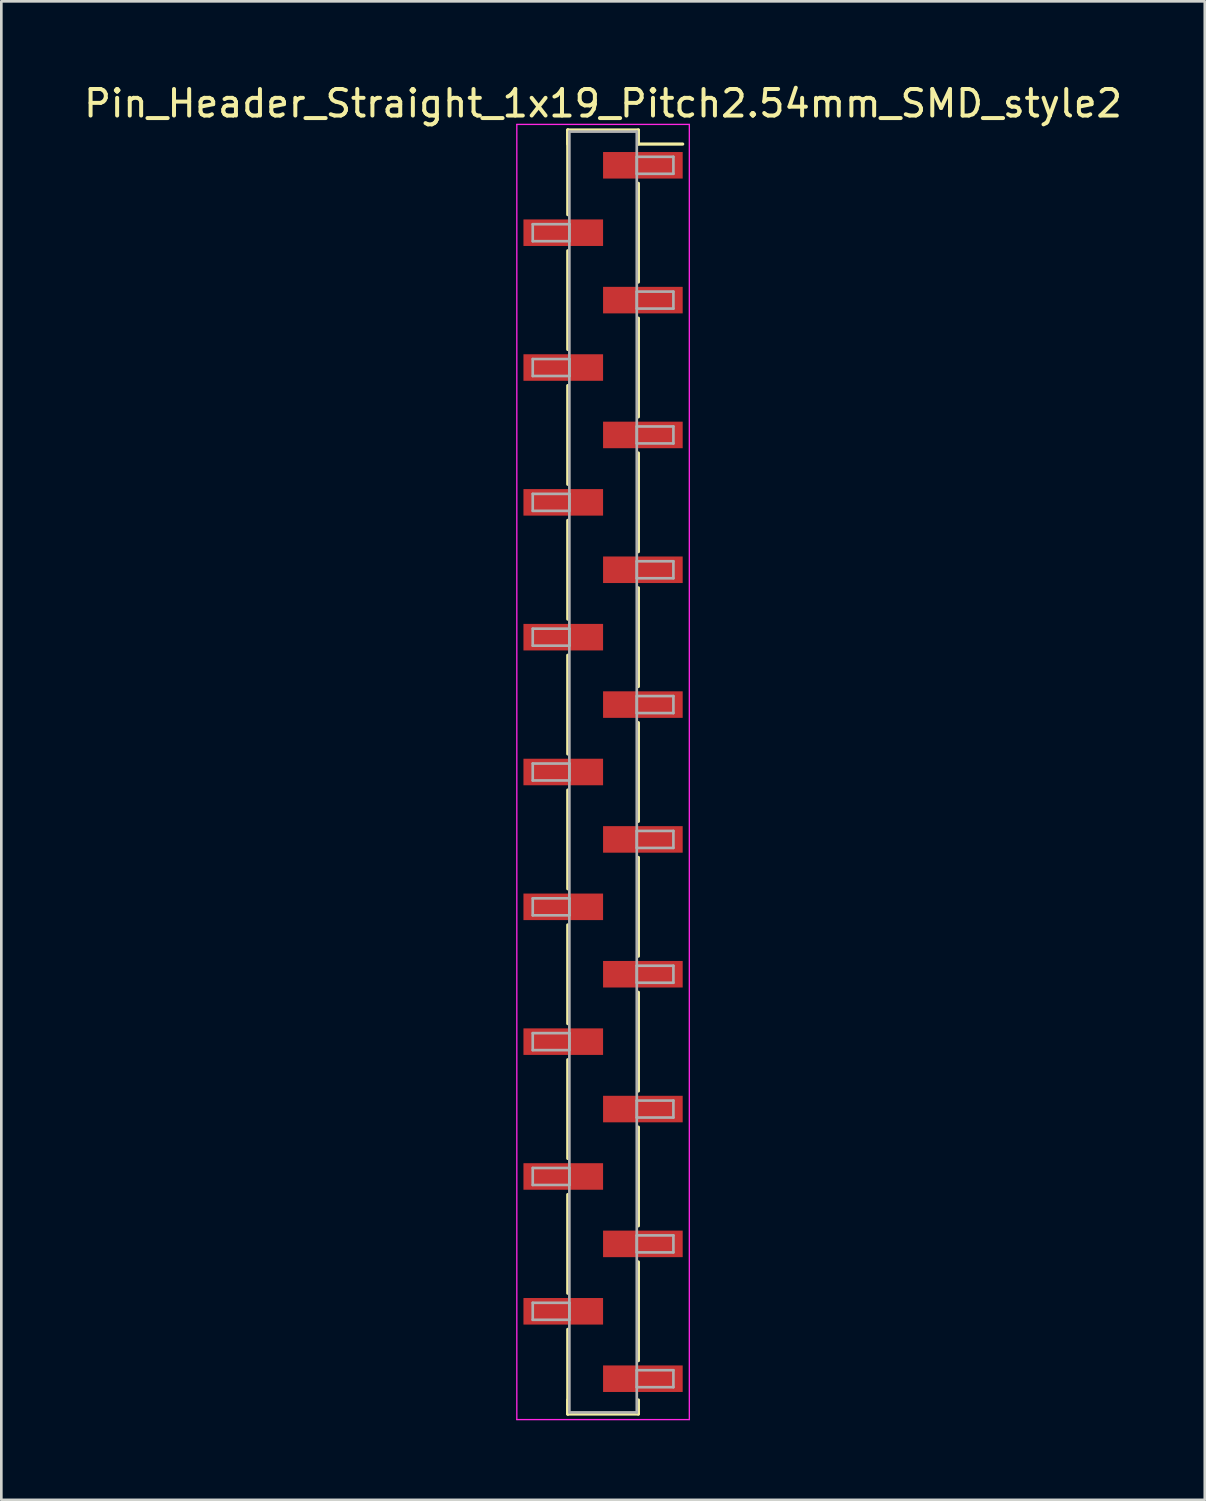
<source format=kicad_pcb>
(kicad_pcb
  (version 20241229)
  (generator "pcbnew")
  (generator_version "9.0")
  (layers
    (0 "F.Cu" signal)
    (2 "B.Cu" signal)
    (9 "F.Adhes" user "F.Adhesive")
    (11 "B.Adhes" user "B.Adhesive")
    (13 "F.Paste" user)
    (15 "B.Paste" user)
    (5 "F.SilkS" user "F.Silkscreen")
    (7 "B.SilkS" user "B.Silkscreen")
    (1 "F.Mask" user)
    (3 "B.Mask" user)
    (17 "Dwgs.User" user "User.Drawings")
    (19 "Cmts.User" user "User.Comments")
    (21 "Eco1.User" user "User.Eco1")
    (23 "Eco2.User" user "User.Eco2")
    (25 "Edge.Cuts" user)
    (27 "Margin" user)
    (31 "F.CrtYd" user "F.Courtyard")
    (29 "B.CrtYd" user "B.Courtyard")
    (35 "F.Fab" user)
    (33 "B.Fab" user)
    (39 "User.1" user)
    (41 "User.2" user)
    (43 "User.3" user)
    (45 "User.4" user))
  (footprint "Pin_Header_Straight_1x19_Pitch2.54mm_SMD_style2"
    (layer "F.Cu")
    (at 19.673 26.038)
    (property "Reference" "Pin_Header_Straight_1x19_Pitch2.54mm_SMD_style2" (at 0 -25.19 0) (layer "F.SilkS") (effects (font (size 1 1) (thickness 0.15))))
    (attr smd)
    (fp_line (start -1.33 -24.19) (end -1.33 -21) (stroke (width 0.12) (type solid)) (layer "F.SilkS"))
    (fp_line (start -1.33 -24.19) (end 1.33 -24.19) (stroke (width 0.12) (type solid)) (layer "F.SilkS"))
    (fp_line (start -1.33 -23.66) (end -1.33 -24.19) (stroke (width 0.12) (type solid)) (layer "F.SilkS"))
    (fp_line (start -1.33 -19.64) (end -1.33 -15.92) (stroke (width 0.12) (type solid)) (layer "F.SilkS"))
    (fp_line (start -1.33 -14.56) (end -1.33 -10.84) (stroke (width 0.12) (type solid)) (layer "F.SilkS"))
    (fp_line (start -1.33 -9.48) (end -1.33 -5.76) (stroke (width 0.12) (type solid)) (layer "F.SilkS"))
    (fp_line (start -1.33 -4.4) (end -1.33 -0.68) (stroke (width 0.12) (type solid)) (layer "F.SilkS"))
    (fp_line (start -1.33 0.68) (end -1.33 4.4) (stroke (width 0.12) (type solid)) (layer "F.SilkS"))
    (fp_line (start -1.33 5.76) (end -1.33 9.48) (stroke (width 0.12) (type solid)) (layer "F.SilkS"))
    (fp_line (start -1.33 10.84) (end -1.33 14.56) (stroke (width 0.12) (type solid)) (layer "F.SilkS"))
    (fp_line (start -1.33 15.92) (end -1.33 19.64) (stroke (width 0.12) (type solid)) (layer "F.SilkS"))
    (fp_line (start -1.33 21) (end -1.33 24.19) (stroke (width 0.12) (type solid)) (layer "F.SilkS"))
    (fp_line (start -1.33 23.66) (end -1.33 24.19) (stroke (width 0.12) (type solid)) (layer "F.SilkS"))
    (fp_line (start -1.33 24.19) (end 1.33 24.19) (stroke (width 0.12) (type solid)) (layer "F.SilkS"))
    (fp_line (start 1.33 -24.19) (end 1.33 -23.66) (stroke (width 0.12) (type solid)) (layer "F.SilkS"))
    (fp_line (start 1.33 -23.66) (end 3 -23.66) (stroke (width 0.12) (type solid)) (layer "F.SilkS"))
    (fp_line (start 1.33 -22.18) (end 1.33 -18.46) (stroke (width 0.12) (type solid)) (layer "F.SilkS"))
    (fp_line (start 1.33 -17.1) (end 1.33 -13.38) (stroke (width 0.12) (type solid)) (layer "F.SilkS"))
    (fp_line (start 1.33 -12.02) (end 1.33 -8.3) (stroke (width 0.12) (type solid)) (layer "F.SilkS"))
    (fp_line (start 1.33 -6.94) (end 1.33 -3.22) (stroke (width 0.12) (type solid)) (layer "F.SilkS"))
    (fp_line (start 1.33 -1.86) (end 1.33 1.86) (stroke (width 0.12) (type solid)) (layer "F.SilkS"))
    (fp_line (start 1.33 3.22) (end 1.33 6.94) (stroke (width 0.12) (type solid)) (layer "F.SilkS"))
    (fp_line (start 1.33 8.3) (end 1.33 12.02) (stroke (width 0.12) (type solid)) (layer "F.SilkS"))
    (fp_line (start 1.33 13.38) (end 1.33 17.1) (stroke (width 0.12) (type solid)) (layer "F.SilkS"))
    (fp_line (start 1.33 18.46) (end 1.33 22.18) (stroke (width 0.12) (type solid)) (layer "F.SilkS"))
    (fp_line (start 1.33 24.19) (end 1.33 23.66) (stroke (width 0.12) (type solid)) (layer "F.SilkS"))
    (fp_line (start -3.25 -24.4) (end -3.25 24.4) (stroke (width 0.05) (type solid)) (layer "F.CrtYd"))
    (fp_line (start -3.25 24.4) (end 3.25 24.4) (stroke (width 0.05) (type solid)) (layer "F.CrtYd"))
    (fp_line (start 3.25 -24.4) (end -3.25 -24.4) (stroke (width 0.05) (type solid)) (layer "F.CrtYd"))
    (fp_line (start 3.25 24.4) (end 3.25 -24.4) (stroke (width 0.05) (type solid)) (layer "F.CrtYd"))
    (fp_line (start -2.65 -20.64) (end -1.27 -20.64) (stroke (width 0.1) (type solid)) (layer "F.Fab"))
    (fp_line (start -2.65 -20) (end -2.65 -20.64) (stroke (width 0.1) (type solid)) (layer "F.Fab"))
    (fp_line (start -2.65 -15.56) (end -1.27 -15.56) (stroke (width 0.1) (type solid)) (layer "F.Fab"))
    (fp_line (start -2.65 -14.92) (end -2.65 -15.56) (stroke (width 0.1) (type solid)) (layer "F.Fab"))
    (fp_line (start -2.65 -10.48) (end -1.27 -10.48) (stroke (width 0.1) (type solid)) (layer "F.Fab"))
    (fp_line (start -2.65 -9.84) (end -2.65 -10.48) (stroke (width 0.1) (type solid)) (layer "F.Fab"))
    (fp_line (start -2.65 -5.4) (end -1.27 -5.4) (stroke (width 0.1) (type solid)) (layer "F.Fab"))
    (fp_line (start -2.65 -4.76) (end -2.65 -5.4) (stroke (width 0.1) (type solid)) (layer "F.Fab"))
    (fp_line (start -2.65 -0.32) (end -1.27 -0.32) (stroke (width 0.1) (type solid)) (layer "F.Fab"))
    (fp_line (start -2.65 0.32) (end -2.65 -0.32) (stroke (width 0.1) (type solid)) (layer "F.Fab"))
    (fp_line (start -2.65 4.76) (end -1.27 4.76) (stroke (width 0.1) (type solid)) (layer "F.Fab"))
    (fp_line (start -2.65 5.4) (end -2.65 4.76) (stroke (width 0.1) (type solid)) (layer "F.Fab"))
    (fp_line (start -2.65 9.84) (end -1.27 9.84) (stroke (width 0.1) (type solid)) (layer "F.Fab"))
    (fp_line (start -2.65 10.48) (end -2.65 9.84) (stroke (width 0.1) (type solid)) (layer "F.Fab"))
    (fp_line (start -2.65 14.92) (end -1.27 14.92) (stroke (width 0.1) (type solid)) (layer "F.Fab"))
    (fp_line (start -2.65 15.56) (end -2.65 14.92) (stroke (width 0.1) (type solid)) (layer "F.Fab"))
    (fp_line (start -2.65 20) (end -1.27 20) (stroke (width 0.1) (type solid)) (layer "F.Fab"))
    (fp_line (start -2.65 20.64) (end -2.65 20) (stroke (width 0.1) (type solid)) (layer "F.Fab"))
    (fp_line (start -1.27 -24.13) (end -1.27 24.13) (stroke (width 0.1) (type solid)) (layer "F.Fab"))
    (fp_line (start -1.27 -20.64) (end -1.27 -20) (stroke (width 0.1) (type solid)) (layer "F.Fab"))
    (fp_line (start -1.27 -20) (end -2.65 -20) (stroke (width 0.1) (type solid)) (layer "F.Fab"))
    (fp_line (start -1.27 -15.56) (end -1.27 -14.92) (stroke (width 0.1) (type solid)) (layer "F.Fab"))
    (fp_line (start -1.27 -14.92) (end -2.65 -14.92) (stroke (width 0.1) (type solid)) (layer "F.Fab"))
    (fp_line (start -1.27 -10.48) (end -1.27 -9.84) (stroke (width 0.1) (type solid)) (layer "F.Fab"))
    (fp_line (start -1.27 -9.84) (end -2.65 -9.84) (stroke (width 0.1) (type solid)) (layer "F.Fab"))
    (fp_line (start -1.27 -5.4) (end -1.27 -4.76) (stroke (width 0.1) (type solid)) (layer "F.Fab"))
    (fp_line (start -1.27 -4.76) (end -2.65 -4.76) (stroke (width 0.1) (type solid)) (layer "F.Fab"))
    (fp_line (start -1.27 -0.32) (end -1.27 0.32) (stroke (width 0.1) (type solid)) (layer "F.Fab"))
    (fp_line (start -1.27 0.32) (end -2.65 0.32) (stroke (width 0.1) (type solid)) (layer "F.Fab"))
    (fp_line (start -1.27 4.76) (end -1.27 5.4) (stroke (width 0.1) (type solid)) (layer "F.Fab"))
    (fp_line (start -1.27 5.4) (end -2.65 5.4) (stroke (width 0.1) (type solid)) (layer "F.Fab"))
    (fp_line (start -1.27 9.84) (end -1.27 10.48) (stroke (width 0.1) (type solid)) (layer "F.Fab"))
    (fp_line (start -1.27 10.48) (end -2.65 10.48) (stroke (width 0.1) (type solid)) (layer "F.Fab"))
    (fp_line (start -1.27 14.92) (end -1.27 15.56) (stroke (width 0.1) (type solid)) (layer "F.Fab"))
    (fp_line (start -1.27 15.56) (end -2.65 15.56) (stroke (width 0.1) (type solid)) (layer "F.Fab"))
    (fp_line (start -1.27 20) (end -1.27 20.64) (stroke (width 0.1) (type solid)) (layer "F.Fab"))
    (fp_line (start -1.27 20.64) (end -2.65 20.64) (stroke (width 0.1) (type solid)) (layer "F.Fab"))
    (fp_line (start -1.27 24.13) (end 1.27 24.13) (stroke (width 0.1) (type solid)) (layer "F.Fab"))
    (fp_line (start 1.27 -24.13) (end -1.27 -24.13) (stroke (width 0.1) (type solid)) (layer "F.Fab"))
    (fp_line (start 1.27 -23.18) (end 1.27 -22.54) (stroke (width 0.1) (type solid)) (layer "F.Fab"))
    (fp_line (start 1.27 -22.54) (end 2.65 -22.54) (stroke (width 0.1) (type solid)) (layer "F.Fab"))
    (fp_line (start 1.27 -18.1) (end 1.27 -17.46) (stroke (width 0.1) (type solid)) (layer "F.Fab"))
    (fp_line (start 1.27 -17.46) (end 2.65 -17.46) (stroke (width 0.1) (type solid)) (layer "F.Fab"))
    (fp_line (start 1.27 -13.02) (end 1.27 -12.38) (stroke (width 0.1) (type solid)) (layer "F.Fab"))
    (fp_line (start 1.27 -12.38) (end 2.65 -12.38) (stroke (width 0.1) (type solid)) (layer "F.Fab"))
    (fp_line (start 1.27 -7.94) (end 1.27 -7.3) (stroke (width 0.1) (type solid)) (layer "F.Fab"))
    (fp_line (start 1.27 -7.3) (end 2.65 -7.3) (stroke (width 0.1) (type solid)) (layer "F.Fab"))
    (fp_line (start 1.27 -2.86) (end 1.27 -2.22) (stroke (width 0.1) (type solid)) (layer "F.Fab"))
    (fp_line (start 1.27 -2.22) (end 2.65 -2.22) (stroke (width 0.1) (type solid)) (layer "F.Fab"))
    (fp_line (start 1.27 2.22) (end 1.27 2.86) (stroke (width 0.1) (type solid)) (layer "F.Fab"))
    (fp_line (start 1.27 2.86) (end 2.65 2.86) (stroke (width 0.1) (type solid)) (layer "F.Fab"))
    (fp_line (start 1.27 7.3) (end 1.27 7.94) (stroke (width 0.1) (type solid)) (layer "F.Fab"))
    (fp_line (start 1.27 7.94) (end 2.65 7.94) (stroke (width 0.1) (type solid)) (layer "F.Fab"))
    (fp_line (start 1.27 12.38) (end 1.27 13.02) (stroke (width 0.1) (type solid)) (layer "F.Fab"))
    (fp_line (start 1.27 13.02) (end 2.65 13.02) (stroke (width 0.1) (type solid)) (layer "F.Fab"))
    (fp_line (start 1.27 17.46) (end 1.27 18.1) (stroke (width 0.1) (type solid)) (layer "F.Fab"))
    (fp_line (start 1.27 18.1) (end 2.65 18.1) (stroke (width 0.1) (type solid)) (layer "F.Fab"))
    (fp_line (start 1.27 22.54) (end 1.27 23.18) (stroke (width 0.1) (type solid)) (layer "F.Fab"))
    (fp_line (start 1.27 23.18) (end 2.65 23.18) (stroke (width 0.1) (type solid)) (layer "F.Fab"))
    (fp_line (start 1.27 24.13) (end 1.27 -24.13) (stroke (width 0.1) (type solid)) (layer "F.Fab"))
    (fp_line (start 2.65 -23.18) (end 1.27 -23.18) (stroke (width 0.1) (type solid)) (layer "F.Fab"))
    (fp_line (start 2.65 -22.54) (end 2.65 -23.18) (stroke (width 0.1) (type solid)) (layer "F.Fab"))
    (fp_line (start 2.65 -18.1) (end 1.27 -18.1) (stroke (width 0.1) (type solid)) (layer "F.Fab"))
    (fp_line (start 2.65 -17.46) (end 2.65 -18.1) (stroke (width 0.1) (type solid)) (layer "F.Fab"))
    (fp_line (start 2.65 -13.02) (end 1.27 -13.02) (stroke (width 0.1) (type solid)) (layer "F.Fab"))
    (fp_line (start 2.65 -12.38) (end 2.65 -13.02) (stroke (width 0.1) (type solid)) (layer "F.Fab"))
    (fp_line (start 2.65 -7.94) (end 1.27 -7.94) (stroke (width 0.1) (type solid)) (layer "F.Fab"))
    (fp_line (start 2.65 -7.3) (end 2.65 -7.94) (stroke (width 0.1) (type solid)) (layer "F.Fab"))
    (fp_line (start 2.65 -2.86) (end 1.27 -2.86) (stroke (width 0.1) (type solid)) (layer "F.Fab"))
    (fp_line (start 2.65 -2.22) (end 2.65 -2.86) (stroke (width 0.1) (type solid)) (layer "F.Fab"))
    (fp_line (start 2.65 2.22) (end 1.27 2.22) (stroke (width 0.1) (type solid)) (layer "F.Fab"))
    (fp_line (start 2.65 2.86) (end 2.65 2.22) (stroke (width 0.1) (type solid)) (layer "F.Fab"))
    (fp_line (start 2.65 7.3) (end 1.27 7.3) (stroke (width 0.1) (type solid)) (layer "F.Fab"))
    (fp_line (start 2.65 7.94) (end 2.65 7.3) (stroke (width 0.1) (type solid)) (layer "F.Fab"))
    (fp_line (start 2.65 12.38) (end 1.27 12.38) (stroke (width 0.1) (type solid)) (layer "F.Fab"))
    (fp_line (start 2.65 13.02) (end 2.65 12.38) (stroke (width 0.1) (type solid)) (layer "F.Fab"))
    (fp_line (start 2.65 17.46) (end 1.27 17.46) (stroke (width 0.1) (type solid)) (layer "F.Fab"))
    (fp_line (start 2.65 18.1) (end 2.65 17.46) (stroke (width 0.1) (type solid)) (layer "F.Fab"))
    (fp_line (start 2.65 22.54) (end 1.27 22.54) (stroke (width 0.1) (type solid)) (layer "F.Fab"))
    (fp_line (start 2.65 23.18) (end 2.65 22.54) (stroke (width 0.1) (type solid)) (layer "F.Fab"))
    (pad "1" smd rect (at 1.5 -22.86) (size 3 1) (layers "F.Cu" "F.Mask"))
    (pad "2" smd rect (at -1.5 -20.32) (size 3 1) (layers "F.Cu" "F.Mask"))
    (pad "3" smd rect (at 1.5 -17.78) (size 3 1) (layers "F.Cu" "F.Mask"))
    (pad "4" smd rect (at -1.5 -15.24) (size 3 1) (layers "F.Cu" "F.Mask"))
    (pad "5" smd rect (at 1.5 -12.7) (size 3 1) (layers "F.Cu" "F.Mask"))
    (pad "6" smd rect (at -1.5 -10.16) (size 3 1) (layers "F.Cu" "F.Mask"))
    (pad "7" smd rect (at 1.5 -7.62) (size 3 1) (layers "F.Cu" "F.Mask"))
    (pad "8" smd rect (at -1.5 -5.08) (size 3 1) (layers "F.Cu" "F.Mask"))
    (pad "9" smd rect (at 1.5 -2.54) (size 3 1) (layers "F.Cu" "F.Mask"))
    (pad "10" smd rect (at -1.5 0) (size 3 1) (layers "F.Cu" "F.Mask"))
    (pad "11" smd rect (at 1.5 2.54) (size 3 1) (layers "F.Cu" "F.Mask"))
    (pad "12" smd rect (at -1.5 5.08) (size 3 1) (layers "F.Cu" "F.Mask"))
    (pad "13" smd rect (at 1.5 7.62) (size 3 1) (layers "F.Cu" "F.Mask"))
    (pad "14" smd rect (at -1.5 10.16) (size 3 1) (layers "F.Cu" "F.Mask"))
    (pad "15" smd rect (at 1.5 12.7) (size 3 1) (layers "F.Cu" "F.Mask"))
    (pad "16" smd rect (at -1.5 15.24) (size 3 1) (layers "F.Cu" "F.Mask"))
    (pad "17" smd rect (at 1.5 17.78) (size 3 1) (layers "F.Cu" "F.Mask"))
    (pad "18" smd rect (at -1.5 20.32) (size 3 1) (layers "F.Cu" "F.Mask"))
    (pad "19" smd rect (at 1.5 22.86) (size 3 1) (layers "F.Cu" "F.Mask")))
  (gr_rect
    (start -3 -3)
    (end 42.345 53.463)
    (stroke (width 0.1) (type default))
    (fill no)
    (layer "Edge.Cuts")))
</source>
